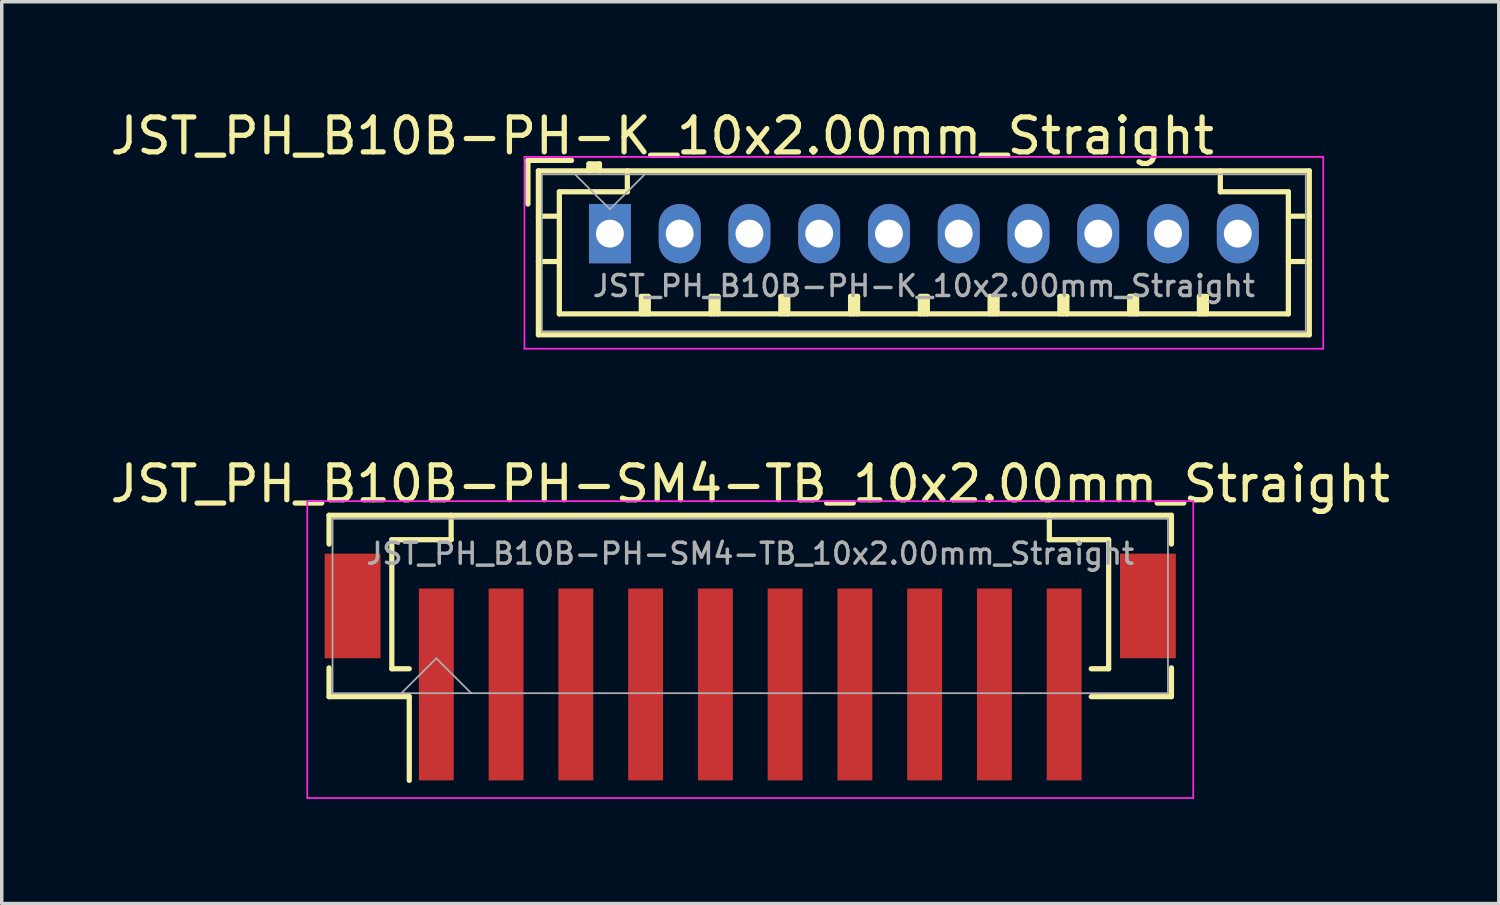
<source format=kicad_pcb>
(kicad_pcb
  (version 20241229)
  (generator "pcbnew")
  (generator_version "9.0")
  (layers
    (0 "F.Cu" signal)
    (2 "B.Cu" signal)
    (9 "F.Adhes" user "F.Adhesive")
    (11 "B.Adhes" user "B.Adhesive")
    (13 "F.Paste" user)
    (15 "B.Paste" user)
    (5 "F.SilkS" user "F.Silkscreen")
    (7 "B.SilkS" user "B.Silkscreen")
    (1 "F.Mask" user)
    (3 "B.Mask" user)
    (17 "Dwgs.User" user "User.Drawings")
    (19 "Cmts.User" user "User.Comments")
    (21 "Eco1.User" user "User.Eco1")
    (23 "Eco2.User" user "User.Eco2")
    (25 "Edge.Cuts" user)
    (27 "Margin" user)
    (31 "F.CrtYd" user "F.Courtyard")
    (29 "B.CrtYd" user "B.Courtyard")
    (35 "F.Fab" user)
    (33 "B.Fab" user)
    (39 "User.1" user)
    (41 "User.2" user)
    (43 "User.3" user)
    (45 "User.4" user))
  (footprint "JST_PH_B10B-PH-K_10x2.00mm_Straight"
    (layer "F.Cu")
    (at 14.435 3.648)
    (property "Reference" "JST_PH_B10B-PH-K_10x2.00mm_Straight" (at 9 1.5 0) (layer "F.Fab") (effects (font (size 0.6 0.6) (thickness 0.1))))
    (attr through_hole)
    (fp_line (start -2.35 -2.1) (end -2.35 -0.85) (stroke (width 0.15) (type solid)) (layer "F.SilkS"))
    (fp_line (start -2.05 -1.8) (end -2.05 2.9) (stroke (width 0.15) (type solid)) (layer "F.SilkS"))
    (fp_line (start -2.05 -0.5) (end -1.45 -0.5) (stroke (width 0.15) (type solid)) (layer "F.SilkS"))
    (fp_line (start -2.05 0.8) (end -1.45 0.8) (stroke (width 0.15) (type solid)) (layer "F.SilkS"))
    (fp_line (start -2.05 2.9) (end 20.05 2.9) (stroke (width 0.15) (type solid)) (layer "F.SilkS"))
    (fp_line (start -1.45 -1.2) (end -1.45 2.3) (stroke (width 0.15) (type solid)) (layer "F.SilkS"))
    (fp_line (start -1.45 2.3) (end 19.45 2.3) (stroke (width 0.15) (type solid)) (layer "F.SilkS"))
    (fp_line (start -1.1 -2.1) (end -2.35 -2.1) (stroke (width 0.15) (type solid)) (layer "F.SilkS"))
    (fp_line (start -0.6 -2) (end -0.6 -1.8) (stroke (width 0.15) (type solid)) (layer "F.SilkS"))
    (fp_line (start -0.3 -2) (end -0.6 -2) (stroke (width 0.15) (type solid)) (layer "F.SilkS"))
    (fp_line (start -0.3 -1.9) (end -0.6 -1.9) (stroke (width 0.15) (type solid)) (layer "F.SilkS"))
    (fp_line (start -0.3 -1.8) (end -0.3 -2) (stroke (width 0.15) (type solid)) (layer "F.SilkS"))
    (fp_line (start 0.5 -1.8) (end 0.5 -1.2) (stroke (width 0.15) (type solid)) (layer "F.SilkS"))
    (fp_line (start 0.5 -1.2) (end -1.45 -1.2) (stroke (width 0.15) (type solid)) (layer "F.SilkS"))
    (fp_line (start 0.9 1.8) (end 1.1 1.8) (stroke (width 0.15) (type solid)) (layer "F.SilkS"))
    (fp_line (start 0.9 2.3) (end 0.9 1.8) (stroke (width 0.15) (type solid)) (layer "F.SilkS"))
    (fp_line (start 1 2.3) (end 1 1.8) (stroke (width 0.15) (type solid)) (layer "F.SilkS"))
    (fp_line (start 1.1 1.8) (end 1.1 2.3) (stroke (width 0.15) (type solid)) (layer "F.SilkS"))
    (fp_line (start 2.9 1.8) (end 3.1 1.8) (stroke (width 0.15) (type solid)) (layer "F.SilkS"))
    (fp_line (start 2.9 2.3) (end 2.9 1.8) (stroke (width 0.15) (type solid)) (layer "F.SilkS"))
    (fp_line (start 3 2.3) (end 3 1.8) (stroke (width 0.15) (type solid)) (layer "F.SilkS"))
    (fp_line (start 3.1 1.8) (end 3.1 2.3) (stroke (width 0.15) (type solid)) (layer "F.SilkS"))
    (fp_line (start 4.9 1.8) (end 5.1 1.8) (stroke (width 0.15) (type solid)) (layer "F.SilkS"))
    (fp_line (start 4.9 2.3) (end 4.9 1.8) (stroke (width 0.15) (type solid)) (layer "F.SilkS"))
    (fp_line (start 5 2.3) (end 5 1.8) (stroke (width 0.15) (type solid)) (layer "F.SilkS"))
    (fp_line (start 5.1 1.8) (end 5.1 2.3) (stroke (width 0.15) (type solid)) (layer "F.SilkS"))
    (fp_line (start 6.9 1.8) (end 7.1 1.8) (stroke (width 0.15) (type solid)) (layer "F.SilkS"))
    (fp_line (start 6.9 2.3) (end 6.9 1.8) (stroke (width 0.15) (type solid)) (layer "F.SilkS"))
    (fp_line (start 7 2.3) (end 7 1.8) (stroke (width 0.15) (type solid)) (layer "F.SilkS"))
    (fp_line (start 7.1 1.8) (end 7.1 2.3) (stroke (width 0.15) (type solid)) (layer "F.SilkS"))
    (fp_line (start 8.9 1.8) (end 9.1 1.8) (stroke (width 0.15) (type solid)) (layer "F.SilkS"))
    (fp_line (start 8.9 2.3) (end 8.9 1.8) (stroke (width 0.15) (type solid)) (layer "F.SilkS"))
    (fp_line (start 9 2.3) (end 9 1.8) (stroke (width 0.15) (type solid)) (layer "F.SilkS"))
    (fp_line (start 9.1 1.8) (end 9.1 2.3) (stroke (width 0.15) (type solid)) (layer "F.SilkS"))
    (fp_line (start 10.9 1.8) (end 11.1 1.8) (stroke (width 0.15) (type solid)) (layer "F.SilkS"))
    (fp_line (start 10.9 2.3) (end 10.9 1.8) (stroke (width 0.15) (type solid)) (layer "F.SilkS"))
    (fp_line (start 11 2.3) (end 11 1.8) (stroke (width 0.15) (type solid)) (layer "F.SilkS"))
    (fp_line (start 11.1 1.8) (end 11.1 2.3) (stroke (width 0.15) (type solid)) (layer "F.SilkS"))
    (fp_line (start 12.9 1.8) (end 13.1 1.8) (stroke (width 0.15) (type solid)) (layer "F.SilkS"))
    (fp_line (start 12.9 2.3) (end 12.9 1.8) (stroke (width 0.15) (type solid)) (layer "F.SilkS"))
    (fp_line (start 13 2.3) (end 13 1.8) (stroke (width 0.15) (type solid)) (layer "F.SilkS"))
    (fp_line (start 13.1 1.8) (end 13.1 2.3) (stroke (width 0.15) (type solid)) (layer "F.SilkS"))
    (fp_line (start 14.9 1.8) (end 15.1 1.8) (stroke (width 0.15) (type solid)) (layer "F.SilkS"))
    (fp_line (start 14.9 2.3) (end 14.9 1.8) (stroke (width 0.15) (type solid)) (layer "F.SilkS"))
    (fp_line (start 15 2.3) (end 15 1.8) (stroke (width 0.15) (type solid)) (layer "F.SilkS"))
    (fp_line (start 15.1 1.8) (end 15.1 2.3) (stroke (width 0.15) (type solid)) (layer "F.SilkS"))
    (fp_line (start 16.9 1.8) (end 17.1 1.8) (stroke (width 0.15) (type solid)) (layer "F.SilkS"))
    (fp_line (start 16.9 2.3) (end 16.9 1.8) (stroke (width 0.15) (type solid)) (layer "F.SilkS"))
    (fp_line (start 17 2.3) (end 17 1.8) (stroke (width 0.15) (type solid)) (layer "F.SilkS"))
    (fp_line (start 17.1 1.8) (end 17.1 2.3) (stroke (width 0.15) (type solid)) (layer "F.SilkS"))
    (fp_line (start 17.5 -1.2) (end 17.5 -1.8) (stroke (width 0.15) (type solid)) (layer "F.SilkS"))
    (fp_line (start 19.45 -1.2) (end 17.5 -1.2) (stroke (width 0.15) (type solid)) (layer "F.SilkS"))
    (fp_line (start 19.45 2.3) (end 19.45 -1.2) (stroke (width 0.15) (type solid)) (layer "F.SilkS"))
    (fp_line (start 20.05 -1.8) (end -2.05 -1.8) (stroke (width 0.15) (type solid)) (layer "F.SilkS"))
    (fp_line (start 20.05 -0.5) (end 19.45 -0.5) (stroke (width 0.15) (type solid)) (layer "F.SilkS"))
    (fp_line (start 20.05 0.8) (end 19.45 0.8) (stroke (width 0.15) (type solid)) (layer "F.SilkS"))
    (fp_line (start 20.05 2.9) (end 20.05 -1.8) (stroke (width 0.15) (type solid)) (layer "F.SilkS"))
    (fp_line (start -2.45 -2.2) (end -2.45 3.3) (stroke (width 0.05) (type solid)) (layer "F.CrtYd"))
    (fp_line (start -2.45 3.3) (end 20.45 3.3) (stroke (width 0.05) (type solid)) (layer "F.CrtYd"))
    (fp_line (start 20.45 -2.2) (end -2.45 -2.2) (stroke (width 0.05) (type solid)) (layer "F.CrtYd"))
    (fp_line (start 20.45 3.3) (end 20.45 -2.2) (stroke (width 0.05) (type solid)) (layer "F.CrtYd"))
    (fp_line (start -1.95 -1.7) (end -1.95 2.8) (stroke (width 0.05) (type solid)) (layer "F.Fab"))
    (fp_line (start -1.95 2.8) (end 19.95 2.8) (stroke (width 0.05) (type solid)) (layer "F.Fab"))
    (fp_line (start -1 -1.7) (end 0 -0.7) (stroke (width 0.05) (type solid)) (layer "F.Fab"))
    (fp_line (start 0 -0.7) (end 1 -1.7) (stroke (width 0.05) (type solid)) (layer "F.Fab"))
    (fp_line (start 19.95 -1.7) (end -1.95 -1.7) (stroke (width 0.05) (type solid)) (layer "F.Fab"))
    (fp_line (start 19.95 2.8) (end 19.95 -1.7) (stroke (width 0.05) (type solid)) (layer "F.Fab"))
    (fp_text user "${REFERENCE}" (at 1.5 -2.8 0) (layer "F.SilkS") (effects (font (size 1 1) (thickness 0.15))))
    (pad "1" thru_hole rect (at 0 0) (size 1.2 1.7) (drill 0.8) (layers "*.Cu" "*.Mask"))
    (pad "2" thru_hole oval (at 2 0) (size 1.2 1.7) (drill 0.8) (layers "*.Cu" "*.Mask"))
    (pad "3" thru_hole oval (at 4 0) (size 1.2 1.7) (drill 0.8) (layers "*.Cu" "*.Mask"))
    (pad "4" thru_hole oval (at 6 0) (size 1.2 1.7) (drill 0.8) (layers "*.Cu" "*.Mask"))
    (pad "5" thru_hole oval (at 8 0) (size 1.2 1.7) (drill 0.8) (layers "*.Cu" "*.Mask"))
    (pad "6" thru_hole oval (at 10 0) (size 1.2 1.7) (drill 0.8) (layers "*.Cu" "*.Mask"))
    (pad "7" thru_hole oval (at 12 0) (size 1.2 1.7) (drill 0.8) (layers "*.Cu" "*.Mask"))
    (pad "8" thru_hole oval (at 14 0) (size 1.2 1.7) (drill 0.8) (layers "*.Cu" "*.Mask"))
    (pad "9" thru_hole oval (at 16 0) (size 1.2 1.7) (drill 0.8) (layers "*.Cu" "*.Mask"))
    (pad "10" thru_hole oval (at 18 0) (size 1.2 1.7) (drill 0.8) (layers "*.Cu" "*.Mask")))
  (footprint "JST_PH_B10B-PH-SM4-TB_10x2.00mm_Straight"
    (layer "F.Cu")
    (at 18.458 15.447)
    (property "Reference" "JST_PH_B10B-PH-SM4-TB_10x2.00mm_Straight" (at 0 -2.625 0) (layer "F.Fab") (effects (font (size 0.6 0.6) (thickness 0.1))))
    (attr smd)
    (fp_line (start -12.075 -3.725) (end 12.075 -3.725) (stroke (width 0.15) (type solid)) (layer "F.SilkS"))
    (fp_line (start -12.075 -2.9) (end -12.075 -3.725) (stroke (width 0.15) (type solid)) (layer "F.SilkS"))
    (fp_line (start -12.075 0.65) (end -12.075 1.475) (stroke (width 0.15) (type solid)) (layer "F.SilkS"))
    (fp_line (start -12.075 1.475) (end -9.775 1.475) (stroke (width 0.15) (type solid)) (layer "F.SilkS"))
    (fp_line (start -10.275 -3.025) (end -10.275 0.675) (stroke (width 0.15) (type solid)) (layer "F.SilkS"))
    (fp_line (start -10.275 0.675) (end -9.775 0.675) (stroke (width 0.15) (type solid)) (layer "F.SilkS"))
    (fp_line (start -9.775 1.475) (end -9.775 3.875) (stroke (width 0.15) (type solid)) (layer "F.SilkS"))
    (fp_line (start -8.575 -3.725) (end -8.575 -3.025) (stroke (width 0.15) (type solid)) (layer "F.SilkS"))
    (fp_line (start -8.575 -3.025) (end -10.275 -3.025) (stroke (width 0.15) (type solid)) (layer "F.SilkS"))
    (fp_line (start 8.575 -3.725) (end 8.575 -3.025) (stroke (width 0.15) (type solid)) (layer "F.SilkS"))
    (fp_line (start 8.575 -3.025) (end 10.275 -3.025) (stroke (width 0.15) (type solid)) (layer "F.SilkS"))
    (fp_line (start 10.275 -3.025) (end 10.275 0.675) (stroke (width 0.15) (type solid)) (layer "F.SilkS"))
    (fp_line (start 10.275 0.675) (end 9.775 0.675) (stroke (width 0.15) (type solid)) (layer "F.SilkS"))
    (fp_line (start 12.075 -3.725) (end 12.075 -2.9) (stroke (width 0.15) (type solid)) (layer "F.SilkS"))
    (fp_line (start 12.075 0.65) (end 12.075 1.475) (stroke (width 0.15) (type solid)) (layer "F.SilkS"))
    (fp_line (start 12.075 1.475) (end 9.775 1.475) (stroke (width 0.15) (type solid)) (layer "F.SilkS"))
    (fp_line (start -12.7 -4.13) (end -12.7 4.38) (stroke (width 0.05) (type solid)) (layer "F.CrtYd"))
    (fp_line (start -12.7 4.38) (end 12.7 4.38) (stroke (width 0.05) (type solid)) (layer "F.CrtYd"))
    (fp_line (start 12.7 -4.13) (end -12.7 -4.13) (stroke (width 0.05) (type solid)) (layer "F.CrtYd"))
    (fp_line (start 12.7 4.38) (end 12.7 -4.13) (stroke (width 0.05) (type solid)) (layer "F.CrtYd"))
    (fp_line (start -11.975 -3.625) (end -11.975 1.375) (stroke (width 0.05) (type solid)) (layer "F.Fab"))
    (fp_line (start -11.975 1.375) (end 11.975 1.375) (stroke (width 0.05) (type solid)) (layer "F.Fab"))
    (fp_line (start -10 1.375) (end -9 0.375) (stroke (width 0.05) (type solid)) (layer "F.Fab"))
    (fp_line (start -9 0.375) (end -8 1.375) (stroke (width 0.05) (type solid)) (layer "F.Fab"))
    (fp_line (start 11.975 -3.625) (end -11.975 -3.625) (stroke (width 0.05) (type solid)) (layer "F.Fab"))
    (fp_line (start 11.975 1.375) (end 11.975 -3.625) (stroke (width 0.05) (type solid)) (layer "F.Fab"))
    (fp_text user "${REFERENCE}" (at 0 -4.625 0) (layer "F.SilkS") (effects (font (size 1 1) (thickness 0.15))))
    (pad "" smd rect (at -11.4 -1.125) (size 1.6 3) (layers "F.Cu" "F.Mask" "F.Paste"))
    (pad "" smd rect (at 11.4 -1.125) (size 1.6 3) (layers "F.Cu" "F.Mask" "F.Paste"))
    (pad "1" smd rect (at -9 1.125) (size 1 5.5) (layers "F.Cu" "F.Mask" "F.Paste"))
    (pad "2" smd rect (at -7 1.125) (size 1 5.5) (layers "F.Cu" "F.Mask" "F.Paste"))
    (pad "3" smd rect (at -5 1.125) (size 1 5.5) (layers "F.Cu" "F.Mask" "F.Paste"))
    (pad "4" smd rect (at -3 1.125) (size 1 5.5) (layers "F.Cu" "F.Mask" "F.Paste"))
    (pad "5" smd rect (at -1 1.125) (size 1 5.5) (layers "F.Cu" "F.Mask" "F.Paste"))
    (pad "6" smd rect (at 1 1.125) (size 1 5.5) (layers "F.Cu" "F.Mask" "F.Paste"))
    (pad "7" smd rect (at 3 1.125) (size 1 5.5) (layers "F.Cu" "F.Mask" "F.Paste"))
    (pad "8" smd rect (at 5 1.125) (size 1 5.5) (layers "F.Cu" "F.Mask" "F.Paste"))
    (pad "9" smd rect (at 7 1.125) (size 1 5.5) (layers "F.Cu" "F.Mask" "F.Paste"))
    (pad "10" smd rect (at 9 1.125) (size 1 5.5) (layers "F.Cu" "F.Mask" "F.Paste")))
  (gr_rect
    (start -3 -3)
    (end 39.917 22.852)
    (stroke (width 0.1) (type default))
    (fill no)
    (layer "Edge.Cuts")))
</source>
